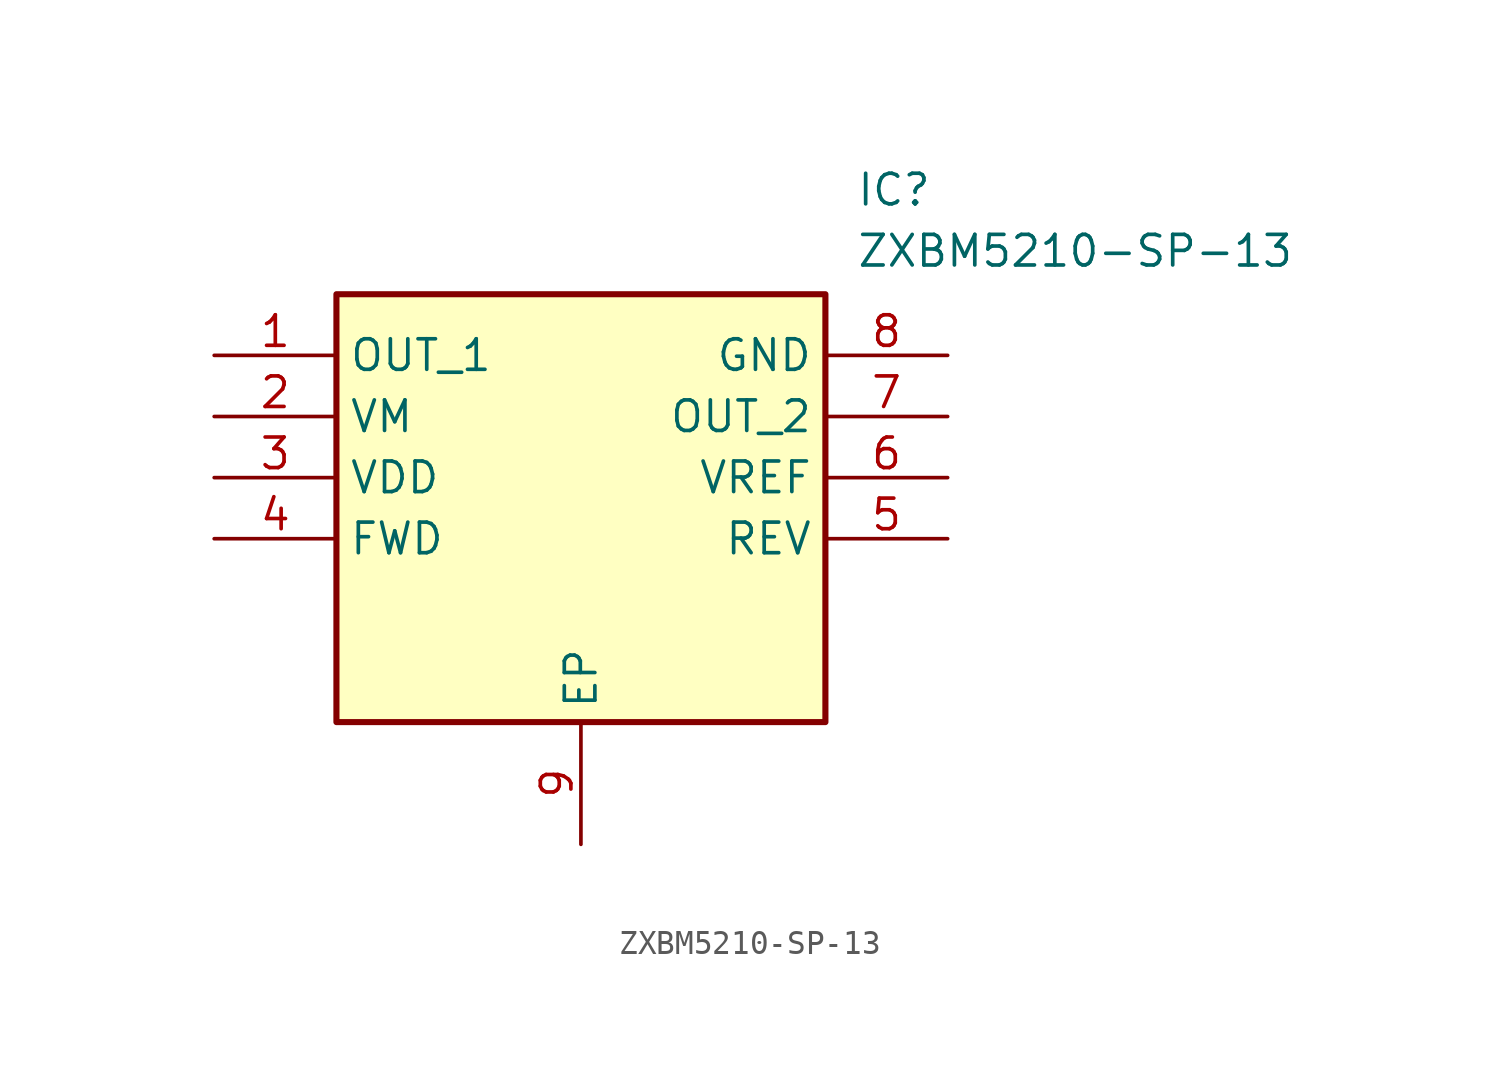
<source format=kicad_sym>
(kicad_symbol_lib
  (version 20211014)
  (generator SamacSys_ECAD_Model)
  (symbol "ZXBM5210-SP-13"
    (property "Reference" "IC"
      (at 26.67 7.62 0)
      (effects (font (size 1.27 1.27)) (justify left top)))
    (property "Value" "ZXBM5210-SP-13"
      (at 26.67 5.08 0)
      (effects (font (size 1.27 1.27)) (justify left top)))
    (rectangle
      (start 5.08 2.54)
      (end 25.4 -15.24)
      (stroke (width 0.254) (type default))
      (fill (type background)))
    (pin passive line
      (at 0 0 0)
      (length 5.08)
      (name "OUT_1" (effects (font (size 1.27 1.27))))
      (number "1" (effects (font (size 1.27 1.27)))))
    (pin passive line
      (at 0 -2.54 0)
      (length 5.08)
      (name "VM" (effects (font (size 1.27 1.27))))
      (number "2" (effects (font (size 1.27 1.27)))))
    (pin passive line
      (at 0 -5.08 0)
      (length 5.08)
      (name "VDD" (effects (font (size 1.27 1.27))))
      (number "3" (effects (font (size 1.27 1.27)))))
    (pin passive line
      (at 0 -7.62 0)
      (length 5.08)
      (name "FWD" (effects (font (size 1.27 1.27))))
      (number "4" (effects (font (size 1.27 1.27)))))
    (pin passive line
      (at 15.24 -20.32 90)
      (length 5.08)
      (name "EP" (effects (font (size 1.27 1.27))))
      (number "9" (effects (font (size 1.27 1.27)))))
    (pin passive line
      (at 30.48 0 180)
      (length 5.08)
      (name "GND" (effects (font (size 1.27 1.27))))
      (number "8" (effects (font (size 1.27 1.27)))))
    (pin passive line
      (at 30.48 -2.54 180)
      (length 5.08)
      (name "OUT_2" (effects (font (size 1.27 1.27))))
      (number "7" (effects (font (size 1.27 1.27)))))
    (pin passive line
      (at 30.48 -5.08 180)
      (length 5.08)
      (name "VREF" (effects (font (size 1.27 1.27))))
      (number "6" (effects (font (size 1.27 1.27)))))
    (pin passive line
      (at 30.48 -7.62 180)
      (length 5.08)
      (name "REV" (effects (font (size 1.27 1.27))))
      (number "5" (effects (font (size 1.27 1.27)))))))
</source>
